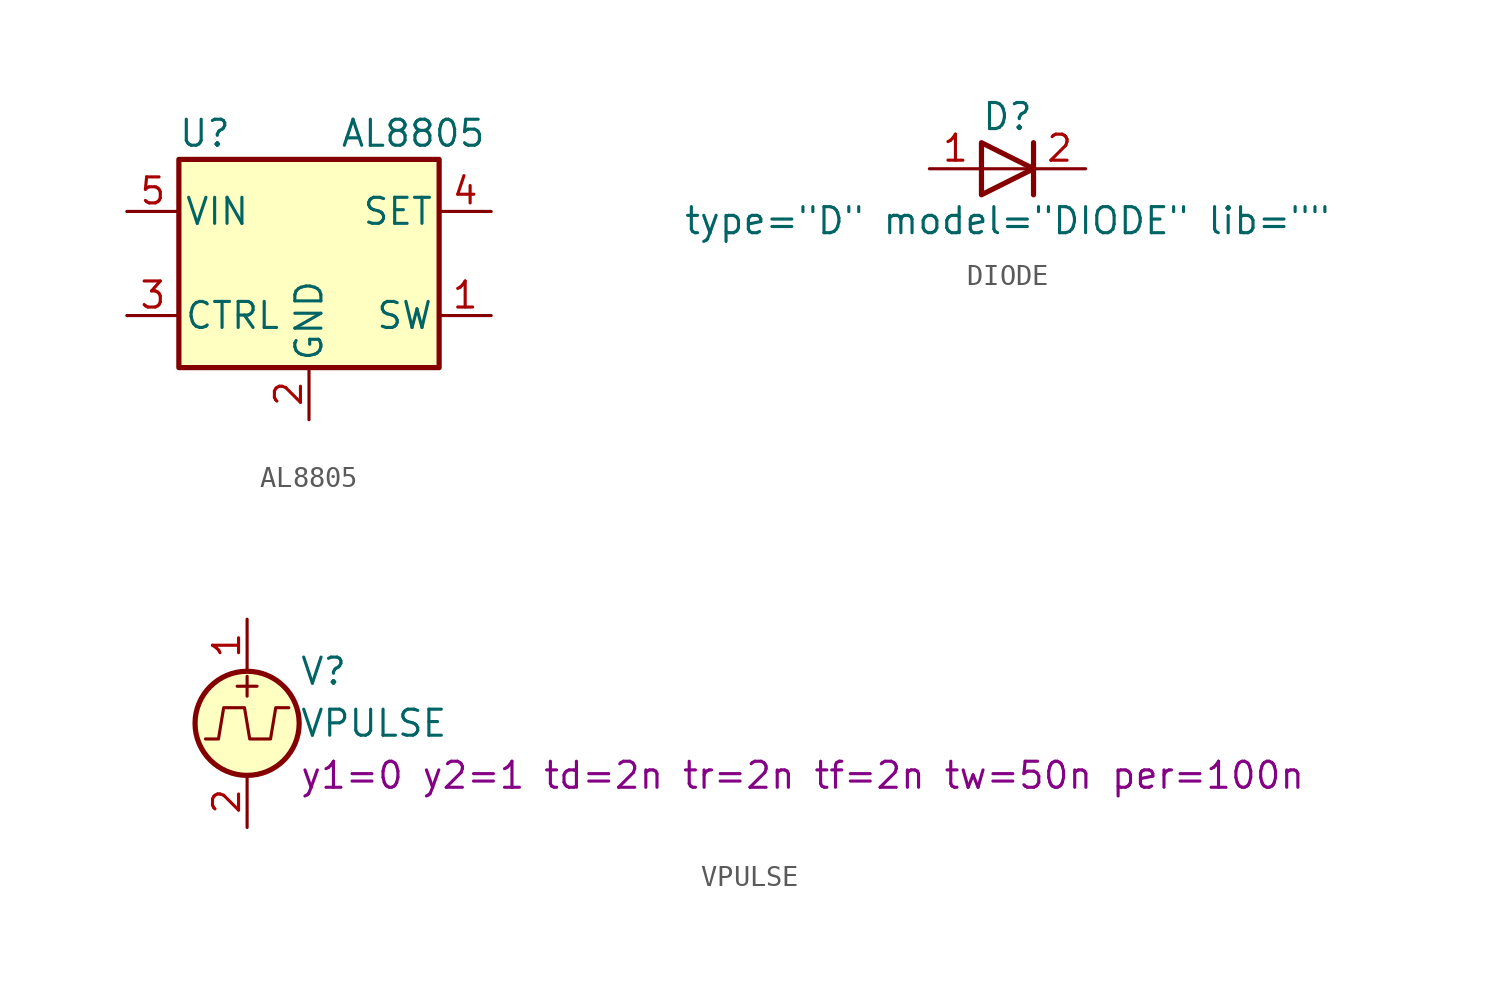
<source format=kicad_sym>
(kicad_symbol_lib
  (version 20231120)
  (generator "kicad_symbol_editor")
  (generator_version "8.0")
  (symbol "AL8805"
    (pin_names
      (offset 0.254))
    (property "Reference" "U"
      (at -5.08 6.35 0)
      (effects (font (size 1.27 1.27))))
    (property "Value" "AL8805"
      (at 5.08 6.35 0)
      (effects (font (size 1.27 1.27))))
    (symbol "AL8805_0_1"
      (rectangle (start -6.35 5.08) (end 6.35 -5.08) (stroke (width 0.254) (type default)) (fill (type background))))
    (symbol "AL8805_1_1"
      (pin passive line (at 8.89 -2.54 180) (length 2.54) (name "SW" (effects (font (size 1.27 1.27)))) (number "1" (effects (font (size 1.27 1.27)))))
      (pin power_in line (at 0 -7.62 90) (length 2.54) (name "GND" (effects (font (size 1.27 1.27)))) (number "2" (effects (font (size 1.27 1.27)))))
      (pin passive line (at -8.89 -2.54 0) (length 2.54) (name "CTRL" (effects (font (size 1.27 1.27)))) (number "3" (effects (font (size 1.27 1.27)))))
      (pin passive line (at 8.89 2.54 180) (length 2.54) (name "SET" (effects (font (size 1.27 1.27)))) (number "4" (effects (font (size 1.27 1.27)))))
      (pin passive line (at -8.89 2.54 0) (length 2.54) (name "VIN" (effects (font (size 1.27 1.27)))) (number "5" (effects (font (size 1.27 1.27)))))))
  (symbol "DIODE"
    (pin_names
      (offset 1.016) hide)
    (property "Reference" "D"
      (at 0 2.54 0)
      (effects (font (size 1.27 1.27))))
    (property "Value" "${SIM.PARAMS}"
      (at 0 -2.54 0)
      (effects (font (size 1.27 1.27))))
    (property "Sim.Params" "type=\"D\" model=\"DIODE\" lib=\"\""
      (at 0 0 0)
      (effects (font (size 1.27 1.27)) (hide yes)))
    (symbol "DIODE_0_1"
      (polyline (pts (xy 1.27 0) (xy -1.27 0)) (stroke (width 0) (type default)) (fill (type none)))
      (polyline (pts (xy 1.27 1.27) (xy 1.27 -1.27)) (stroke (width 0.254) (type default)) (fill (type none)))
      (polyline (pts (xy -1.27 -1.27) (xy -1.27 1.27) (xy 1.27 0) (xy -1.27 -1.27)) (stroke (width 0.254) (type default)) (fill (type none))))
    (symbol "DIODE_1_1"
      (pin passive line (at -3.81 0 0) (length 2.54) (name "A" (effects (font (size 1.27 1.27)))) (number "1" (effects (font (size 1.27 1.27)))))
      (pin passive line (at 3.81 0 180) (length 2.54) (name "K" (effects (font (size 1.27 1.27)))) (number "2" (effects (font (size 1.27 1.27)))))))
  (symbol "VPULSE"
    (pin_names
      (offset 0.025) hide)
    (property "Reference" "V"
      (at 2.54 2.54 0)
      (effects (font (size 1.27 1.27)) (justify left)))
    (property "Value" "VPULSE"
      (at 2.54 0 0)
      (effects (font (size 1.27 1.27)) (justify left)))
    (property "Sim.Params" "y1=0 y2=1 td=2n tr=2n tf=2n tw=50n per=100n"
      (at 2.54 -2.54 0)
      (effects (font (size 1.27 1.27)) (justify left)))
    (symbol "VPULSE_0_0"
      (polyline (pts (xy -2.032 -0.762) (xy -1.397 -0.762) (xy -1.143 0.762) (xy -0.127 0.762) (xy 0.127 -0.762) (xy 1.143 -0.762) (xy 1.397 0.762) (xy 2.032 0.762)) (stroke (width 0) (type default)) (fill (type none)))
      (text "+" (at 0 1.905 0) (effects (font (size 1.27 1.27)))))
    (symbol "VPULSE_0_1"
      (circle (center 0 0) (radius 2.54) (stroke (width 0.254) (type default)) (fill (type background))))
    (symbol "VPULSE_1_1"
      (pin passive line (at 0 5.08 270) (length 2.54) (name "~" (effects (font (size 1.27 1.27)))) (number "1" (effects (font (size 1.27 1.27)))))
      (pin passive line (at 0 -5.08 90) (length 2.54) (name "~" (effects (font (size 1.27 1.27)))) (number "2" (effects (font (size 1.27 1.27))))))))
</source>
